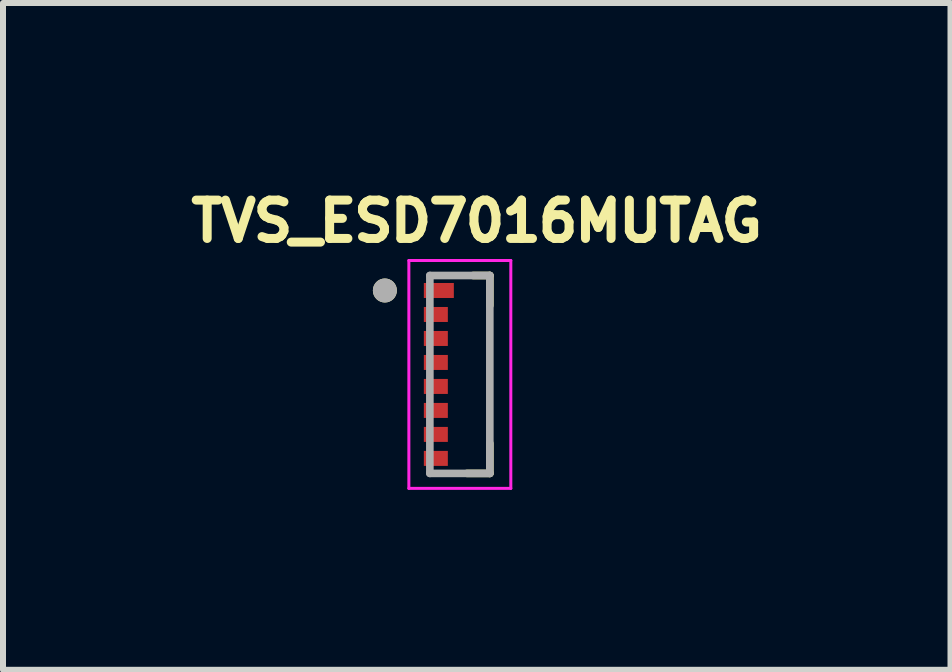
<source format=kicad_pcb>
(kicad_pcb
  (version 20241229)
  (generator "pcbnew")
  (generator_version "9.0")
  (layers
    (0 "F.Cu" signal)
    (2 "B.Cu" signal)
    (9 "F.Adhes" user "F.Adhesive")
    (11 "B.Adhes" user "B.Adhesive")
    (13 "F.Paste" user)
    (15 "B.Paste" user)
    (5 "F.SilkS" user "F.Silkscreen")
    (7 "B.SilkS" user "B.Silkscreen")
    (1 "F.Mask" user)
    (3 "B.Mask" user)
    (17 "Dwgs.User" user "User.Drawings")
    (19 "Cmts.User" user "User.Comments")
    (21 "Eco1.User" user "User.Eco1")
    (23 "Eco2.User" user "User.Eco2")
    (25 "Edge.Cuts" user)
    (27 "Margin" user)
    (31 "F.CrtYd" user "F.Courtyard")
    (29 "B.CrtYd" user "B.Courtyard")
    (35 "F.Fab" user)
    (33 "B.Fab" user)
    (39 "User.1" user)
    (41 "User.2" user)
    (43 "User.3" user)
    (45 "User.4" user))
  (footprint "TVS_ESD7016MUTAG"
    (layer "F.Cu")
    (at 4.618 3.194)
    (property "Reference" "TVS_ESD7016MUTAG" (at 0.282 -2.556 0) (layer "F.SilkS") (effects (font (size 0.64 0.64) (thickness 0.15))))
    (attr through_hole)
    (fp_poly (pts (xy -0.65 -1.58) (xy -0.05 -1.58) (xy -0.05 -1.22) (xy -0.65 -1.22)) (stroke (width 0.01) (type solid)) (fill yes) (layer "F.Mask"))
    (fp_poly (pts (xy -0.65 -1.18) (xy -0.15 -1.18) (xy -0.15 -0.82) (xy -0.65 -0.82)) (stroke (width 0.01) (type solid)) (fill yes) (layer "F.Mask"))
    (fp_poly (pts (xy -0.65 -0.78) (xy -0.15 -0.78) (xy -0.15 -0.42) (xy -0.65 -0.42)) (stroke (width 0.01) (type solid)) (fill yes) (layer "F.Mask"))
    (fp_poly (pts (xy -0.65 -0.38) (xy -0.15 -0.38) (xy -0.15 -0.02) (xy -0.65 -0.02)) (stroke (width 0.01) (type solid)) (fill yes) (layer "F.Mask"))
    (fp_poly (pts (xy -0.65 0.02) (xy -0.15 0.02) (xy -0.15 0.38) (xy -0.65 0.38)) (stroke (width 0.01) (type solid)) (fill yes) (layer "F.Mask"))
    (fp_poly (pts (xy -0.65 0.42) (xy -0.15 0.42) (xy -0.15 0.78) (xy -0.65 0.78)) (stroke (width 0.01) (type solid)) (fill yes) (layer "F.Mask"))
    (fp_poly (pts (xy -0.65 0.82) (xy -0.15 0.82) (xy -0.15 1.18) (xy -0.65 1.18)) (stroke (width 0.01) (type solid)) (fill yes) (layer "F.Mask"))
    (fp_poly (pts (xy -0.65 1.22) (xy -0.15 1.22) (xy -0.15 1.58) (xy -0.65 1.58)) (stroke (width 0.01) (type solid)) (fill yes) (layer "F.Mask"))
    (fp_line (start 0.22 -1.65) (end 0.5 -1.65) (stroke (width 0.127) (type solid)) (layer "F.SilkS"))
    (fp_line (start 0.5 -1.65) (end 0.5 -1.15) (stroke (width 0.127) (type solid)) (layer "F.SilkS"))
    (fp_line (start 0.5 1.15) (end 0.5 1.65) (stroke (width 0.127) (type solid)) (layer "F.SilkS"))
    (fp_line (start 0.5 1.65) (end 0.12 1.65) (stroke (width 0.127) (type solid)) (layer "F.SilkS"))
    (fp_circle (center -1.25 -1.4) (end -1.15 -1.4) (stroke (width 0.2) (type solid)) (fill no) (layer "F.SilkS"))
    (fp_line (start -0.85 -1.9) (end 0.85 -1.9) (stroke (width 0.05) (type solid)) (layer "F.CrtYd"))
    (fp_line (start -0.85 1.9) (end -0.85 -1.9) (stroke (width 0.05) (type solid)) (layer "F.CrtYd"))
    (fp_line (start 0.85 -1.9) (end 0.85 1.9) (stroke (width 0.05) (type solid)) (layer "F.CrtYd"))
    (fp_line (start 0.85 1.9) (end -0.85 1.9) (stroke (width 0.05) (type solid)) (layer "F.CrtYd"))
    (fp_line (start -0.5 -1.65) (end 0.5 -1.65) (stroke (width 0.127) (type solid)) (layer "F.Fab"))
    (fp_line (start -0.5 1.65) (end -0.5 -1.65) (stroke (width 0.127) (type solid)) (layer "F.Fab"))
    (fp_line (start 0.5 -1.65) (end 0.5 1.65) (stroke (width 0.127) (type solid)) (layer "F.Fab"))
    (fp_line (start 0.5 1.65) (end -0.5 1.65) (stroke (width 0.127) (type solid)) (layer "F.Fab"))
    (fp_circle (center -1.25 -1.4) (end -1.15 -1.4) (stroke (width 0.2) (type solid)) (fill no) (layer "F.Fab"))
    (pad "1" smd rect (at -0.35 -1.4) (size 0.5 0.25) (layers "F.Cu" "F.Paste"))
    (pad "2" smd rect (at -0.4 -1) (size 0.4 0.25) (layers "F.Cu" "F.Paste"))
    (pad "3" smd rect (at -0.4 -0.6) (size 0.4 0.25) (layers "F.Cu" "F.Paste"))
    (pad "4" smd rect (at -0.4 -0.2) (size 0.4 0.25) (layers "F.Cu" "F.Paste"))
    (pad "5" smd rect (at -0.4 0.2) (size 0.4 0.25) (layers "F.Cu" "F.Paste"))
    (pad "6" smd rect (at -0.4 0.6) (size 0.4 0.25) (layers "F.Cu" "F.Paste"))
    (pad "7" smd rect (at -0.4 1) (size 0.4 0.25) (layers "F.Cu" "F.Paste"))
    (pad "8" smd rect (at -0.4 1.4) (size 0.4 0.25) (layers "F.Cu" "F.Paste")))
  (gr_rect
    (start -3 -3)
    (end 12.8 8.119)
    (stroke (width 0.1) (type default))
    (fill no)
    (layer "Edge.Cuts")))
</source>
